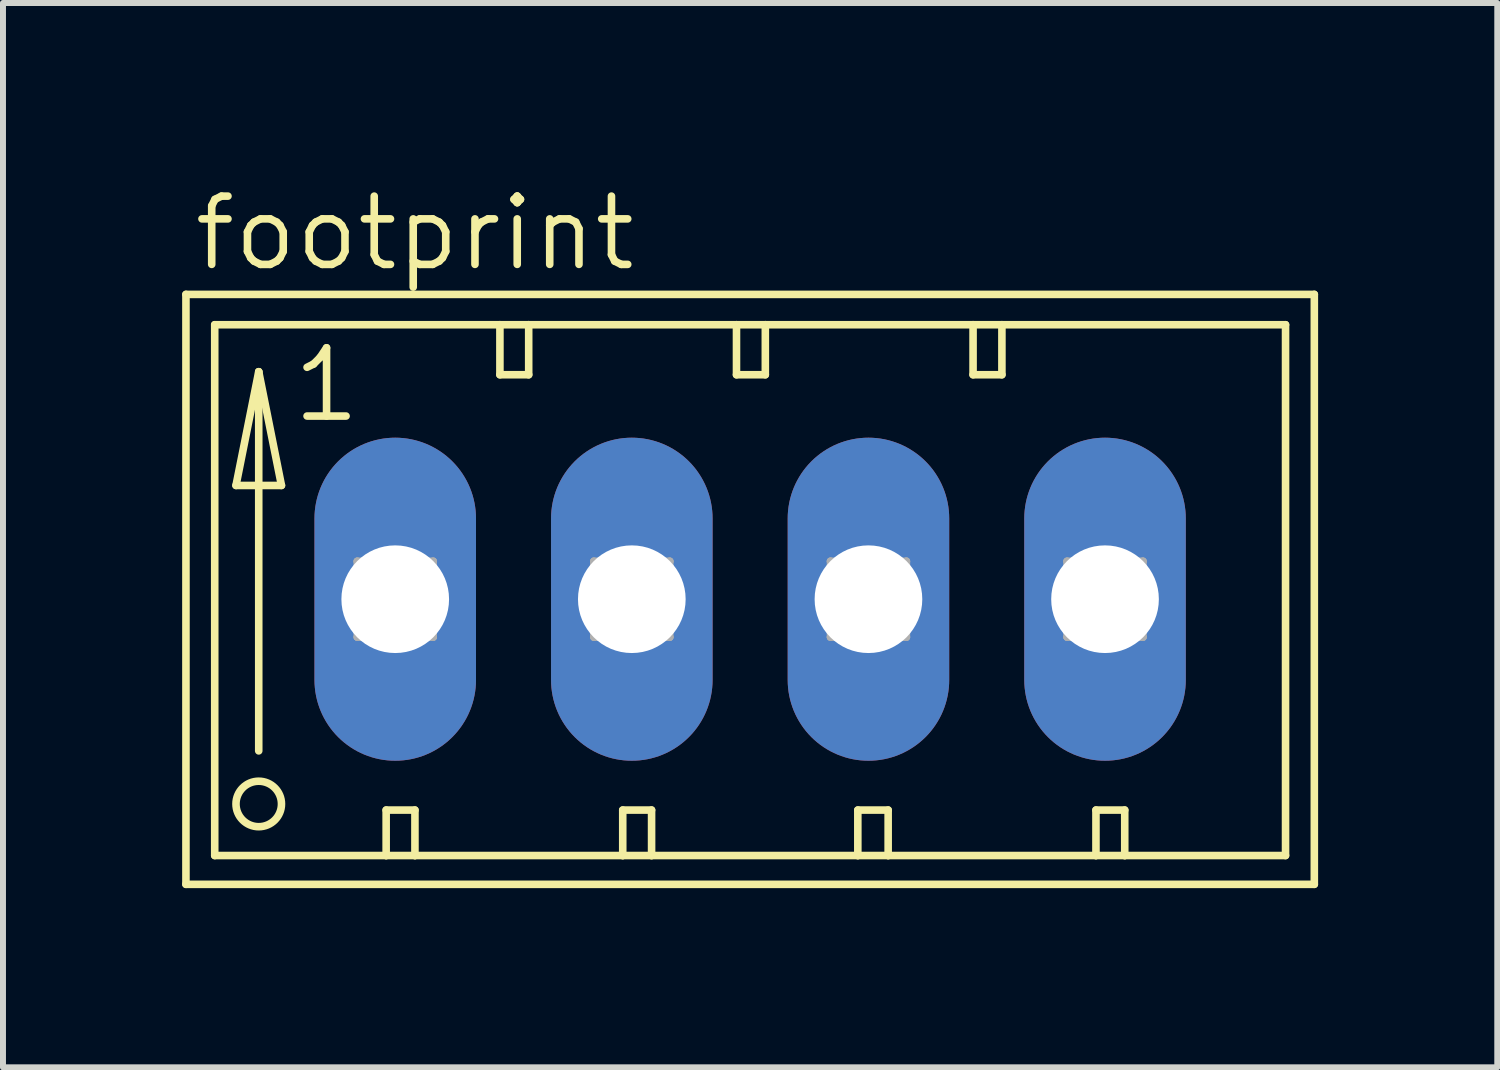
<source format=kicad_pcb>
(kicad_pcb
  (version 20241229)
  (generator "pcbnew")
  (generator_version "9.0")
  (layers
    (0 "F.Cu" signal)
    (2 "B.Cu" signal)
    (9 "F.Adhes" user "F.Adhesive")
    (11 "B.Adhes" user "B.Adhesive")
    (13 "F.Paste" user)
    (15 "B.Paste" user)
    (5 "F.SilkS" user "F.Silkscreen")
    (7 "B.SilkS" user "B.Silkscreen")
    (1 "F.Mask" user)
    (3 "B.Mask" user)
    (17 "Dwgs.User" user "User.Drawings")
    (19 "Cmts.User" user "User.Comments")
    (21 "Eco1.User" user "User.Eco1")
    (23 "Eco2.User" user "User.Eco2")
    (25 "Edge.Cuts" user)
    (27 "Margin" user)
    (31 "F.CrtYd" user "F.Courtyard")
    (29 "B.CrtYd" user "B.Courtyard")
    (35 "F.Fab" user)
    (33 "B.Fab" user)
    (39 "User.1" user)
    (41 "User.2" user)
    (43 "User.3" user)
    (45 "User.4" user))
  (footprint "footprint"
    (layer "F.Cu")
    (at 1.029 6.985)
    (property "Reference" "footprint" (at -0.889 -5.461 0) (layer "F.SilkS") (effects (font (size 1.143 1.143) (thickness 0.127)) (justify left bottom)))
    (fp_line (start -0.965 -5.105) (end -0.965 4.775) (stroke (width 0.127) (type solid)) (layer "F.SilkS"))
    (fp_line (start -0.965 4.775) (end 17.932 4.775) (stroke (width 0.127) (type solid)) (layer "F.SilkS"))
    (fp_line (start -0.483 -4.597) (end -0.483 4.293) (stroke (width 0.127) (type solid)) (layer "F.SilkS"))
    (fp_line (start -0.483 4.293) (end 2.388 4.293) (stroke (width 0.127) (type solid)) (layer "F.SilkS"))
    (fp_line (start -0.127 -1.905) (end 0.635 -1.905) (stroke (width 0.127) (type solid)) (layer "F.SilkS"))
    (fp_line (start 0.254 -3.81) (end -0.127 -1.905) (stroke (width 0.127) (type solid)) (layer "F.SilkS"))
    (fp_line (start 0.254 -3.81) (end 0.635 -1.905) (stroke (width 0.127) (type solid)) (layer "F.SilkS"))
    (fp_line (start 0.254 2.54) (end 0.254 -3.81) (stroke (width 0.127) (type solid)) (layer "F.SilkS"))
    (fp_line (start 2.388 3.531) (end 2.87 3.531) (stroke (width 0.127) (type solid)) (layer "F.SilkS"))
    (fp_line (start 2.388 4.293) (end 2.388 3.531) (stroke (width 0.127) (type solid)) (layer "F.SilkS"))
    (fp_line (start 2.388 4.293) (end 2.87 4.293) (stroke (width 0.127) (type solid)) (layer "F.SilkS"))
    (fp_line (start 2.87 4.293) (end 2.87 3.531) (stroke (width 0.127) (type solid)) (layer "F.SilkS"))
    (fp_line (start 2.87 4.293) (end 6.35 4.293) (stroke (width 0.127) (type solid)) (layer "F.SilkS"))
    (fp_line (start 4.293 -4.597) (end -0.483 -4.597) (stroke (width 0.127) (type solid)) (layer "F.SilkS"))
    (fp_line (start 4.293 -4.597) (end 4.293 -3.759) (stroke (width 0.127) (type solid)) (layer "F.SilkS"))
    (fp_line (start 4.293 -3.759) (end 4.775 -3.759) (stroke (width 0.127) (type solid)) (layer "F.SilkS"))
    (fp_line (start 4.775 -4.597) (end 4.293 -4.597) (stroke (width 0.127) (type solid)) (layer "F.SilkS"))
    (fp_line (start 4.775 -3.759) (end 4.775 -4.597) (stroke (width 0.127) (type solid)) (layer "F.SilkS"))
    (fp_line (start 6.35 3.531) (end 6.35 4.293) (stroke (width 0.127) (type solid)) (layer "F.SilkS"))
    (fp_line (start 6.35 3.531) (end 6.833 3.531) (stroke (width 0.127) (type solid)) (layer "F.SilkS"))
    (fp_line (start 6.35 4.293) (end 6.833 4.293) (stroke (width 0.127) (type solid)) (layer "F.SilkS"))
    (fp_line (start 6.833 3.531) (end 6.833 4.293) (stroke (width 0.127) (type solid)) (layer "F.SilkS"))
    (fp_line (start 6.833 4.293) (end 10.287 4.293) (stroke (width 0.127) (type solid)) (layer "F.SilkS"))
    (fp_line (start 8.255 -4.597) (end 4.775 -4.597) (stroke (width 0.127) (type solid)) (layer "F.SilkS"))
    (fp_line (start 8.255 -3.759) (end 8.255 -4.597) (stroke (width 0.127) (type solid)) (layer "F.SilkS"))
    (fp_line (start 8.255 -3.759) (end 8.738 -3.759) (stroke (width 0.127) (type solid)) (layer "F.SilkS"))
    (fp_line (start 8.738 -4.597) (end 8.255 -4.597) (stroke (width 0.127) (type solid)) (layer "F.SilkS"))
    (fp_line (start 8.738 -3.759) (end 8.738 -4.597) (stroke (width 0.127) (type solid)) (layer "F.SilkS"))
    (fp_line (start 10.287 3.531) (end 10.287 4.293) (stroke (width 0.127) (type solid)) (layer "F.SilkS"))
    (fp_line (start 10.287 3.531) (end 10.795 3.531) (stroke (width 0.127) (type solid)) (layer "F.SilkS"))
    (fp_line (start 10.287 4.293) (end 10.795 4.293) (stroke (width 0.127) (type solid)) (layer "F.SilkS"))
    (fp_line (start 10.795 3.531) (end 10.795 4.293) (stroke (width 0.127) (type solid)) (layer "F.SilkS"))
    (fp_line (start 10.795 4.293) (end 14.275 4.293) (stroke (width 0.127) (type solid)) (layer "F.SilkS"))
    (fp_line (start 12.217 -4.597) (end 8.738 -4.597) (stroke (width 0.127) (type solid)) (layer "F.SilkS"))
    (fp_line (start 12.217 -3.759) (end 12.217 -4.597) (stroke (width 0.127) (type solid)) (layer "F.SilkS"))
    (fp_line (start 12.217 -3.759) (end 12.7 -3.759) (stroke (width 0.127) (type solid)) (layer "F.SilkS"))
    (fp_line (start 12.7 -4.597) (end 12.217 -4.597) (stroke (width 0.127) (type solid)) (layer "F.SilkS"))
    (fp_line (start 12.7 -3.759) (end 12.7 -4.597) (stroke (width 0.127) (type solid)) (layer "F.SilkS"))
    (fp_line (start 14.275 3.531) (end 14.275 4.293) (stroke (width 0.127) (type solid)) (layer "F.SilkS"))
    (fp_line (start 14.275 3.531) (end 14.757 3.531) (stroke (width 0.127) (type solid)) (layer "F.SilkS"))
    (fp_line (start 14.275 4.293) (end 14.757 4.293) (stroke (width 0.127) (type solid)) (layer "F.SilkS"))
    (fp_line (start 14.757 3.531) (end 14.757 4.293) (stroke (width 0.127) (type solid)) (layer "F.SilkS"))
    (fp_line (start 14.757 4.293) (end 17.45 4.293) (stroke (width 0.127) (type solid)) (layer "F.SilkS"))
    (fp_line (start 17.45 -4.597) (end 12.7 -4.597) (stroke (width 0.127) (type solid)) (layer "F.SilkS"))
    (fp_line (start 17.45 4.293) (end 17.45 -4.597) (stroke (width 0.127) (type solid)) (layer "F.SilkS"))
    (fp_line (start 17.932 -5.105) (end -0.965 -5.105) (stroke (width 0.127) (type solid)) (layer "F.SilkS"))
    (fp_line (start 17.932 4.775) (end 17.932 -5.105) (stroke (width 0.127) (type solid)) (layer "F.SilkS"))
    (fp_circle (center 0.254 3.429) (end 0.635 3.429) (stroke (width 0.127) (type solid)) (fill no) (layer "F.SilkS"))
    (fp_line (start 1.905 -0.635) (end 1.905 0.635) (stroke (width 0.127) (type solid)) (layer "F.Fab"))
    (fp_line (start 1.905 -0.635) (end 3.175 0.635) (stroke (width 0.127) (type solid)) (layer "F.Fab"))
    (fp_line (start 1.905 0.635) (end 3.175 0.635) (stroke (width 0.127) (type solid)) (layer "F.Fab"))
    (fp_line (start 3.175 -0.635) (end 1.905 -0.635) (stroke (width 0.127) (type solid)) (layer "F.Fab"))
    (fp_line (start 3.175 -0.635) (end 1.905 0.635) (stroke (width 0.127) (type solid)) (layer "F.Fab"))
    (fp_line (start 3.175 0.635) (end 3.175 -0.635) (stroke (width 0.127) (type solid)) (layer "F.Fab"))
    (fp_line (start 5.867 -0.635) (end 5.867 0.635) (stroke (width 0.127) (type solid)) (layer "F.Fab"))
    (fp_line (start 5.867 -0.635) (end 7.137 0.635) (stroke (width 0.127) (type solid)) (layer "F.Fab"))
    (fp_line (start 5.867 0.635) (end 7.137 0.635) (stroke (width 0.127) (type solid)) (layer "F.Fab"))
    (fp_line (start 7.137 -0.635) (end 5.867 -0.635) (stroke (width 0.127) (type solid)) (layer "F.Fab"))
    (fp_line (start 7.137 -0.635) (end 5.867 0.635) (stroke (width 0.127) (type solid)) (layer "F.Fab"))
    (fp_line (start 7.137 0.635) (end 7.137 -0.635) (stroke (width 0.127) (type solid)) (layer "F.Fab"))
    (fp_line (start 9.83 -0.635) (end 9.83 0.635) (stroke (width 0.127) (type solid)) (layer "F.Fab"))
    (fp_line (start 9.83 -0.635) (end 11.1 0.635) (stroke (width 0.127) (type solid)) (layer "F.Fab"))
    (fp_line (start 9.83 0.635) (end 11.1 0.635) (stroke (width 0.127) (type solid)) (layer "F.Fab"))
    (fp_line (start 11.1 -0.635) (end 9.83 -0.635) (stroke (width 0.127) (type solid)) (layer "F.Fab"))
    (fp_line (start 11.1 -0.635) (end 9.83 0.635) (stroke (width 0.127) (type solid)) (layer "F.Fab"))
    (fp_line (start 11.1 0.635) (end 11.1 -0.635) (stroke (width 0.127) (type solid)) (layer "F.Fab"))
    (fp_line (start 13.792 -0.635) (end 13.792 0.635) (stroke (width 0.127) (type solid)) (layer "F.Fab"))
    (fp_line (start 13.792 -0.635) (end 15.062 0.635) (stroke (width 0.127) (type solid)) (layer "F.Fab"))
    (fp_line (start 13.792 0.635) (end 15.062 0.635) (stroke (width 0.127) (type solid)) (layer "F.Fab"))
    (fp_line (start 15.062 -0.635) (end 13.792 -0.635) (stroke (width 0.127) (type solid)) (layer "F.Fab"))
    (fp_line (start 15.062 -0.635) (end 13.792 0.635) (stroke (width 0.127) (type solid)) (layer "F.Fab"))
    (fp_line (start 15.062 0.635) (end 15.062 -0.635) (stroke (width 0.127) (type solid)) (layer "F.Fab"))
    (fp_text user "1" (at 0.762 -2.921 0) (layer "F.SilkS") (effects (font (size 1.143 1.143) (thickness 0.127)) (justify left bottom)))
    (pad "1" thru_hole oval (at 2.54 0 90) (size 5.41 2.705) (drill 1.803) (layers "*.Cu" "*.Mask"))
    (pad "2" thru_hole oval (at 6.502 0 90) (size 5.41 2.705) (drill 1.803) (layers "*.Cu" "*.Mask"))
    (pad "3" thru_hole oval (at 10.465 0 90) (size 5.41 2.705) (drill 1.803) (layers "*.Cu" "*.Mask"))
    (pad "4" thru_hole oval (at 14.427 0 90) (size 5.41 2.705) (drill 1.803) (layers "*.Cu" "*.Mask")))
  (gr_rect
    (start -3 -3)
    (end 22.025 14.824)
    (stroke (width 0.1) (type default))
    (fill no)
    (layer "Edge.Cuts")))
</source>
